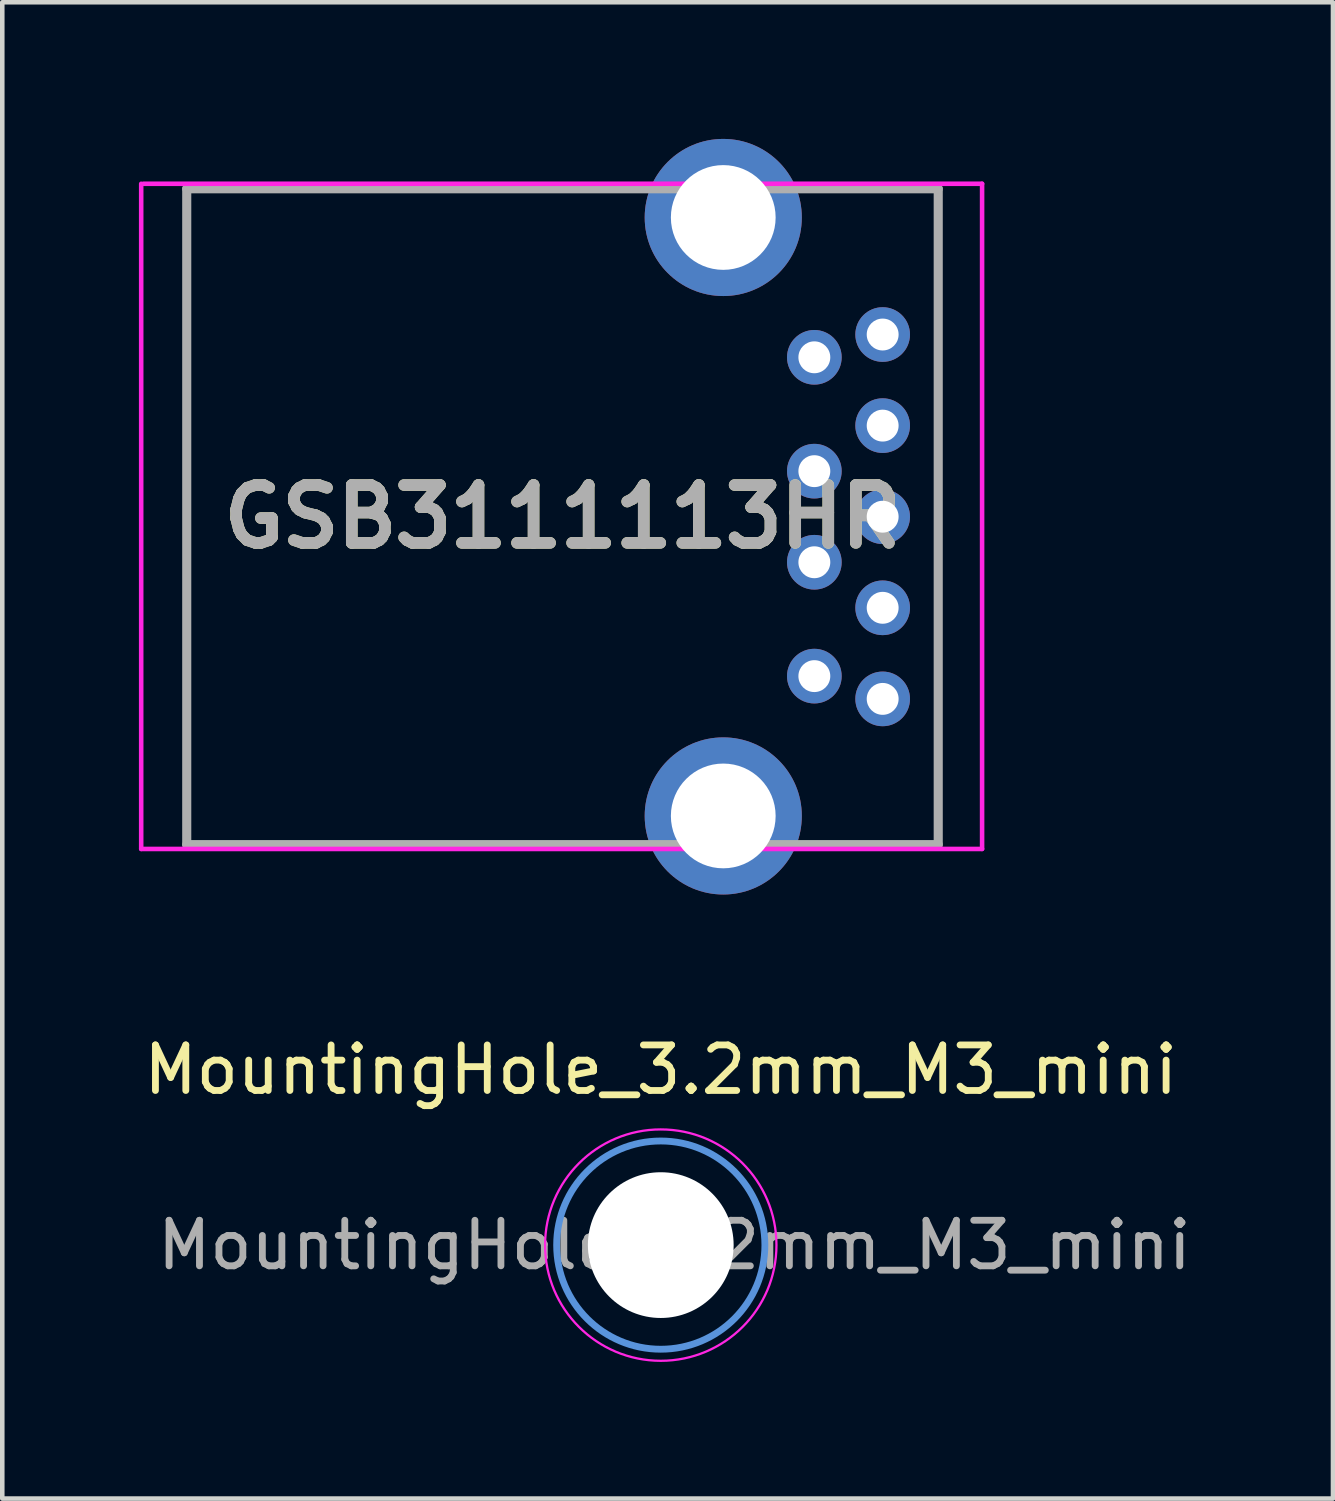
<source format=kicad_pcb>
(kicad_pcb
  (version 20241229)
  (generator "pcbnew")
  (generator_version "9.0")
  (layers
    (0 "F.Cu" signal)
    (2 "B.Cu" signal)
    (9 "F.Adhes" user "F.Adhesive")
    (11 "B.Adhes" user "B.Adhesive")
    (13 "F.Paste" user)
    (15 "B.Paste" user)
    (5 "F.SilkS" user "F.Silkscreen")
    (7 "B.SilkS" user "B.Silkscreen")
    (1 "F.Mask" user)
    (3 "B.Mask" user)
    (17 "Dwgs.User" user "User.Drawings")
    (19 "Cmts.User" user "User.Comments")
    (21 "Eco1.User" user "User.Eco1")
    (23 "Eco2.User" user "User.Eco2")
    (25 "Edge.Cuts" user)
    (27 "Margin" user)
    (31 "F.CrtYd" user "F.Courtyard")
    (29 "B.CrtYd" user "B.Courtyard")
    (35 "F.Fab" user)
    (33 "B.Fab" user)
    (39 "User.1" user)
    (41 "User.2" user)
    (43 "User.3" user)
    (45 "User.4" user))
  (footprint "GSB3111113HR"
    (layer "F.Cu")
    (at 14.83 4.795)
    (property "Reference" "GSB3111113HR" (at -5.53 3.5 0) (layer "F.SilkS") (effects (font (size 1.27 1.27) (thickness 0.254))))
    (attr through_hole)
    (fp_line (start -13.78 -3.7) (end -13.78 10.7) (stroke (width 0.1) (type solid)) (layer "F.SilkS"))
    (fp_line (start -13.78 10.7) (end -4.1 10.7) (stroke (width 0.1) (type solid)) (layer "F.SilkS"))
    (fp_line (start -4.1 -3.7) (end -13.78 -3.7) (stroke (width 0.1) (type solid)) (layer "F.SilkS"))
    (fp_line (start 0.1 -3.7) (end 2.72 -3.7) (stroke (width 0.1) (type solid)) (layer "F.SilkS"))
    (fp_line (start 2.7 10.7) (end 0.1 10.7) (stroke (width 0.1) (type solid)) (layer "F.SilkS"))
    (fp_line (start 2.72 -3.7) (end 2.7 10.7) (stroke (width 0.1) (type solid)) (layer "F.SilkS"))
    (fp_line (start -14.78 10.795) (end -14.78 -3.81) (stroke (width 0.1) (type solid)) (layer "F.CrtYd"))
    (fp_line (start -14.732 -3.81) (end 3.683 -3.81) (stroke (width 0.1) (type solid)) (layer "F.CrtYd"))
    (fp_line (start 3.683 -3.81) (end 3.683 10.795) (stroke (width 0.1) (type solid)) (layer "F.CrtYd"))
    (fp_line (start 3.683 10.795) (end -14.78 10.795) (stroke (width 0.1) (type solid)) (layer "F.CrtYd"))
    (fp_line (start -13.78 -3.7) (end 2.72 -3.7) (stroke (width 0.2) (type solid)) (layer "F.Fab"))
    (fp_line (start -13.78 10.7) (end -13.78 -3.7) (stroke (width 0.2) (type solid)) (layer "F.Fab"))
    (fp_line (start 2.72 -3.7) (end 2.72 10.7) (stroke (width 0.2) (type solid)) (layer "F.Fab"))
    (fp_line (start 2.72 10.7) (end -13.78 10.7) (stroke (width 0.2) (type solid)) (layer "F.Fab"))
    (fp_text user "${REFERENCE}" (at -5.53 3.5 0) (layer "F.Fab") (effects (font (size 1.27 1.27) (thickness 0.254))))
    (pad "1" thru_hole circle (at 0 0) (size 1.2 1.2) (drill 0.7) (layers "*.Cu" "*.Mask"))
    (pad "2" thru_hole circle (at 0 2.5) (size 1.2 1.2) (drill 0.7) (layers "*.Cu" "*.Mask"))
    (pad "3" thru_hole circle (at 0 4.5) (size 1.2 1.2) (drill 0.7) (layers "*.Cu" "*.Mask"))
    (pad "4" thru_hole circle (at 0 7) (size 1.2 1.2) (drill 0.7) (layers "*.Cu" "*.Mask"))
    (pad "5" thru_hole circle (at 1.5 7.5) (size 1.2 1.2) (drill 0.7) (layers "*.Cu" "*.Mask"))
    (pad "6" thru_hole circle (at 1.5 5.5) (size 1.2 1.2) (drill 0.7) (layers "*.Cu" "*.Mask"))
    (pad "7" thru_hole circle (at 1.5 3.5) (size 1.2 1.2) (drill 0.7) (layers "*.Cu" "*.Mask"))
    (pad "8" thru_hole circle (at 1.5 1.5) (size 1.2 1.2) (drill 0.7) (layers "*.Cu" "*.Mask"))
    (pad "9" thru_hole circle (at 1.5 -0.5) (size 1.2 1.2) (drill 0.7) (layers "*.Cu" "*.Mask"))
    (pad "10" thru_hole circle (at -2 -3.07) (size 3.45 3.45) (drill 2.3) (layers "*.Cu" "*.Mask"))
    (pad "10" thru_hole circle (at -2 10.07) (size 3.45 3.45) (drill 2.3) (layers "*.Cu" "*.Mask")))
  (footprint "MountingHole_3.2mm_M3_mini"
    (layer "F.Cu")
    (at 11.458 24.288)
    (property "Reference" "MountingHole_3.2mm_M3_mini" (at 0 -3.85 0) (layer "F.SilkS") (effects (font (size 1 1) (thickness 0.15))))
    (attr exclude_from_pos_files exclude_from_bom)
    (fp_circle (center 0 0) (end 2.286 0) (stroke (width 0.15) (type solid)) (fill no) (layer "Cmts.User"))
    (fp_circle (center 0 0) (end 2.54 0) (stroke (width 0.05) (type solid)) (fill no) (layer "F.CrtYd"))
    (fp_text user "${REFERENCE}" (at 0.3 0 0) (layer "F.Fab") (effects (font (size 1 1) (thickness 0.15))))
    (pad "" np_thru_hole circle (at 0 0) (size 3.2 3.2) (drill 3.2) (layers "*.Cu" "*.Mask")))
  (gr_rect
    (start -3 -3)
    (end 26.217 29.853)
    (stroke (width 0.1) (type default))
    (fill no)
    (layer "Edge.Cuts")))
</source>
